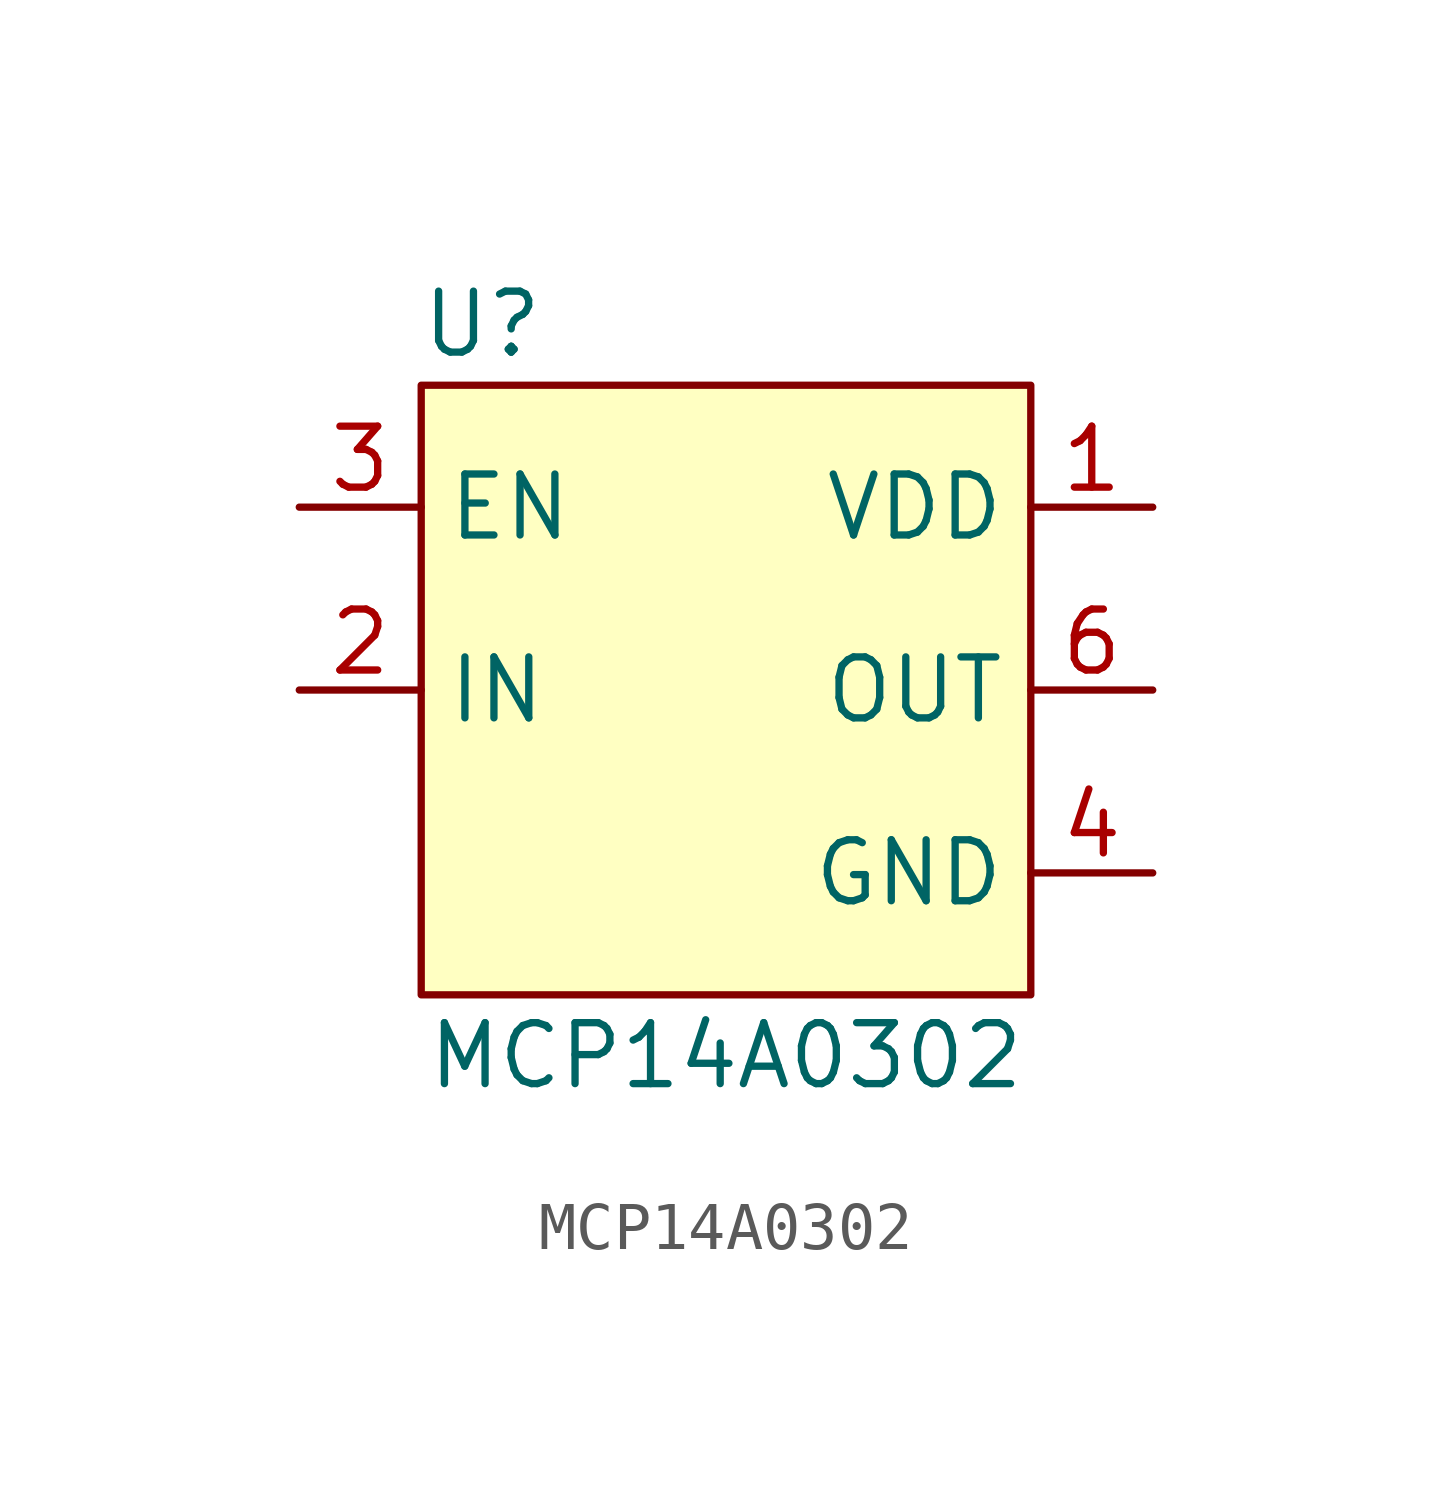
<source format=kicad_sym>
(kicad_symbol_lib
  (version 20220914)
  (generator kicad_symbol_editor)
  (symbol "MCP14A0302"
    (property "Reference" "U"
      (at -5.08 7.62 0)
      (effects (font (size 1.27 1.27))))
    (property "Value" "MCP14A0302"
      (at 0 -7.62 0)
      (effects (font (size 1.27 1.27))))
    (symbol "MCP14A0302_1_1"
      (rectangle (start -6.35 6.35) (end 6.35 -6.35) (stroke (width 0) (type default)) (fill (type background)))
      (pin power_in line (at 8.89 3.81 180) (length 2.54) (name "VDD" (effects (font (size 1.27 1.27)))) (number "1" (effects (font (size 1.27 1.27)))))
      (pin input line (at -8.89 0 0) (length 2.54) (name "IN" (effects (font (size 1.27 1.27)))) (number "2" (effects (font (size 1.27 1.27)))))
      (pin input line (at -8.89 3.81 0) (length 2.54) (name "EN" (effects (font (size 1.27 1.27)))) (number "3" (effects (font (size 1.27 1.27)))))
      (pin power_in line (at 8.89 -3.81 180) (length 2.54) (name "GND" (effects (font (size 1.27 1.27)))) (number "4" (effects (font (size 1.27 1.27)))))
      (pin passive line (at 8.89 -3.81 180) (length 2.54) hide (name "GND" (effects (font (size 1.27 1.27)))) (number "5" (effects (font (size 1.27 1.27)))))
      (pin power_out line (at 8.89 0 180) (length 2.54) (name "OUT" (effects (font (size 1.27 1.27)))) (number "6" (effects (font (size 1.27 1.27)))))
      (pin passive line (at 8.89 0 180) (length 2.54) hide (name "OUT" (effects (font (size 1.27 1.27)))) (number "7" (effects (font (size 1.27 1.27)))))
      (pin passive line (at 8.89 3.81 180) (length 2.54) hide (name "VDD" (effects (font (size 1.27 1.27)))) (number "8" (effects (font (size 1.27 1.27))))))))
</source>
